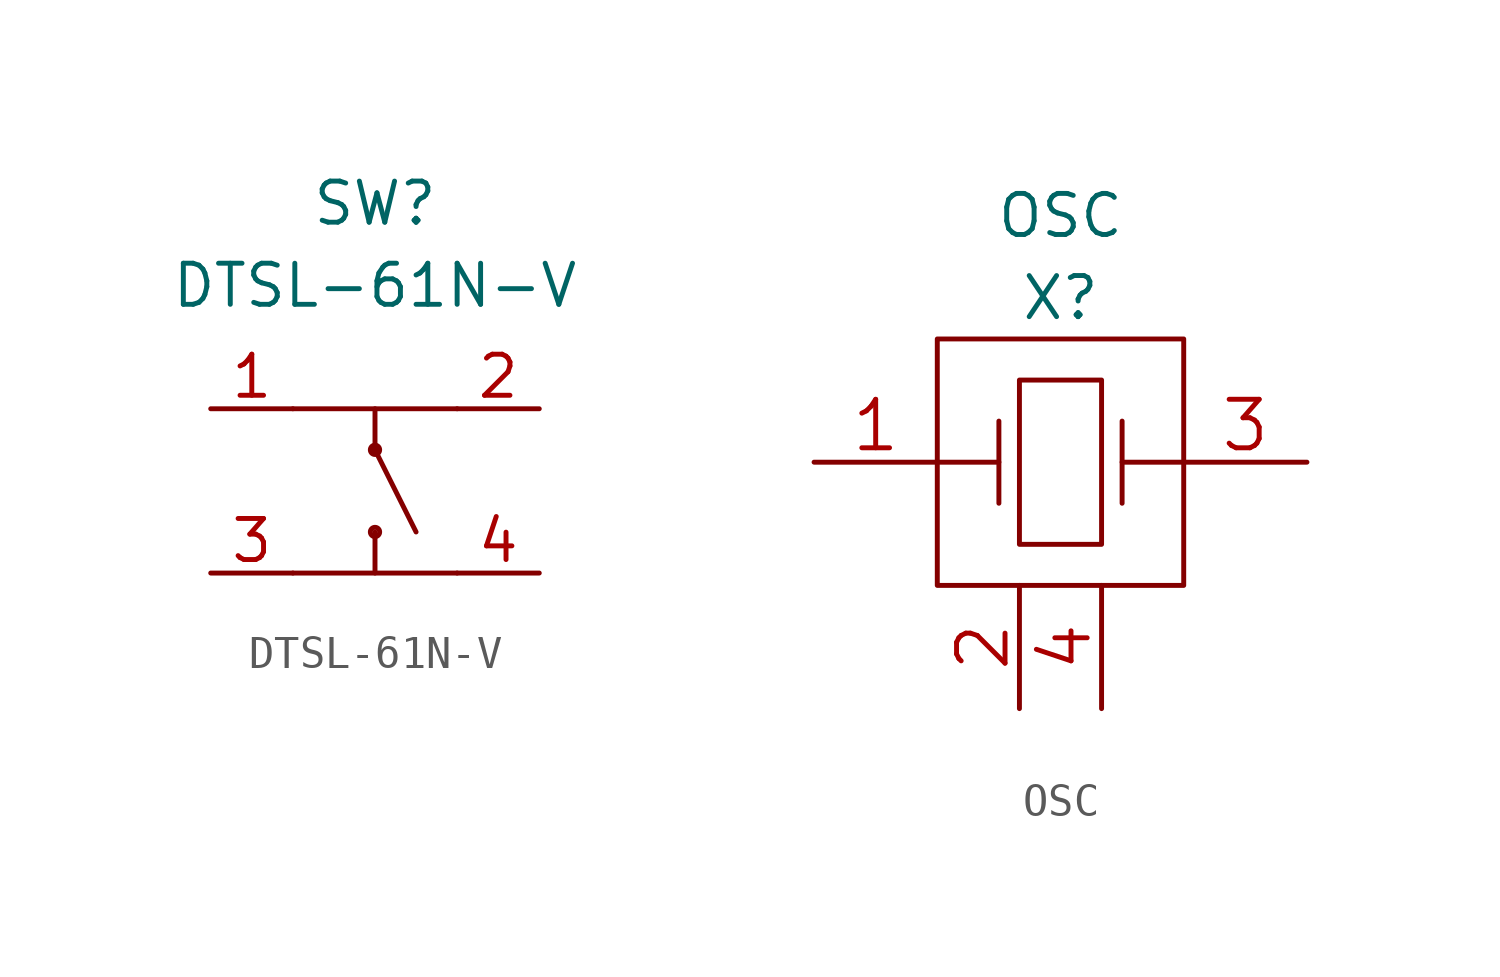
<source format=kicad_sym>
(kicad_symbol_lib
  (version 20211014)
  (generator kicad_symbol_editor)
  (symbol "DTSL-61N-V"
    (property "Reference" "SW"
      (at 0 8.89 0)
      (effects (font (size 1.27 1.27))))
    (property "Value" "DTSL-61N-V"
      (at 0 6.35 0)
      (effects (font (size 1.27 1.27))))
    (symbol "DTSL-61N-V_0_0"
      (pin unspecified line (at -5.08 2.54 0) (length 2.54) (name "" (effects (font (size 1.27 1.27)))) (number "1" (effects (font (size 1.27 1.27)))))
      (pin unspecified line (at 5.08 2.54 180) (length 2.54) (name "" (effects (font (size 1.27 1.27)))) (number "2" (effects (font (size 1.27 1.27)))))
      (pin unspecified line (at -5.08 -2.54 0) (length 2.54) (name "" (effects (font (size 1.27 1.27)))) (number "3" (effects (font (size 1.27 1.27)))))
      (pin unspecified line (at 5.08 -2.54 180) (length 2.54) (name "" (effects (font (size 1.27 1.27)))) (number "4" (effects (font (size 1.27 1.27))))))
    (symbol "DTSL-61N-V_0_1"
      (circle (center 0 -1.27) (radius 0.144) (stroke (width 0) (type default) (color 0 0 0 0)) (fill (type none)))
      (polyline (pts (xy -2.54 -2.54) (xy 2.54 -2.54)) (stroke (width 0) (type default) (color 0 0 0 0)) (fill (type none)))
      (polyline (pts (xy -2.54 2.54) (xy 2.54 2.54)) (stroke (width 0) (type default) (color 0 0 0 0)) (fill (type none)))
      (polyline (pts (xy 0 -1.27) (xy 0 -2.54)) (stroke (width 0) (type default) (color 0 0 0 0)) (fill (type none)))
      (polyline (pts (xy 0 1.27) (xy 1.27 -1.27)) (stroke (width 0) (type default) (color 0 0 0 0)) (fill (type none)))
      (polyline (pts (xy 0 2.54) (xy 0 1.27)) (stroke (width 0) (type default) (color 0 0 0 0)) (fill (type none)))
      (circle (center 0 1.27) (radius 0.0001) (stroke (width 0) (type default) (color 0 0 0 0)) (fill (type none)))
      (circle (center 0 1.27) (radius 0.144) (stroke (width 0) (type default) (color 0 0 0 0)) (fill (type none)))))
  (symbol "OSC"
    (property "Reference" "X"
      (at 0 5.08 0)
      (effects (font (size 1.27 1.27))))
    (property "Value" "OSC"
      (at 0 7.62 0)
      (effects (font (size 1.27 1.27))))
    (symbol "OSC_0_1"
      (rectangle (start -3.81 3.81) (end 3.81 -3.81) (stroke (width 0) (type default) (color 0 0 0 0)) (fill (type none)))
      (rectangle (start -1.27 2.54) (end 1.27 -2.54) (stroke (width 0) (type default) (color 0 0 0 0)) (fill (type none)))
      (polyline (pts (xy -3.81 0) (xy -1.905 0)) (stroke (width 0) (type default) (color 0 0 0 0)) (fill (type none)))
      (polyline (pts (xy -1.905 1.27) (xy -1.905 -1.27)) (stroke (width 0) (type default) (color 0 0 0 0)) (fill (type none)))
      (polyline (pts (xy 1.905 0) (xy 3.81 0)) (stroke (width 0) (type default) (color 0 0 0 0)) (fill (type none)))
      (polyline (pts (xy 1.905 1.27) (xy 1.905 -1.27)) (stroke (width 0) (type default) (color 0 0 0 0)) (fill (type none))))
    (symbol "OSC_1_1"
      (pin bidirectional line (at -7.62 0 0) (length 3.81) (name "" (effects (font (size 1.499 1.499)))) (number "1" (effects (font (size 1.499 1.499)))))
      (pin bidirectional line (at -1.27 -7.62 90) (length 3.81) (name "" (effects (font (size 1.499 1.499)))) (number "2" (effects (font (size 1.499 1.499)))))
      (pin bidirectional line (at 7.62 0 180) (length 3.81) (name "" (effects (font (size 1.499 1.499)))) (number "3" (effects (font (size 1.499 1.499)))))
      (pin bidirectional line (at 1.27 -7.62 90) (length 3.81) (name "" (effects (font (size 1.499 1.499)))) (number "4" (effects (font (size 1.499 1.499))))))))
</source>
